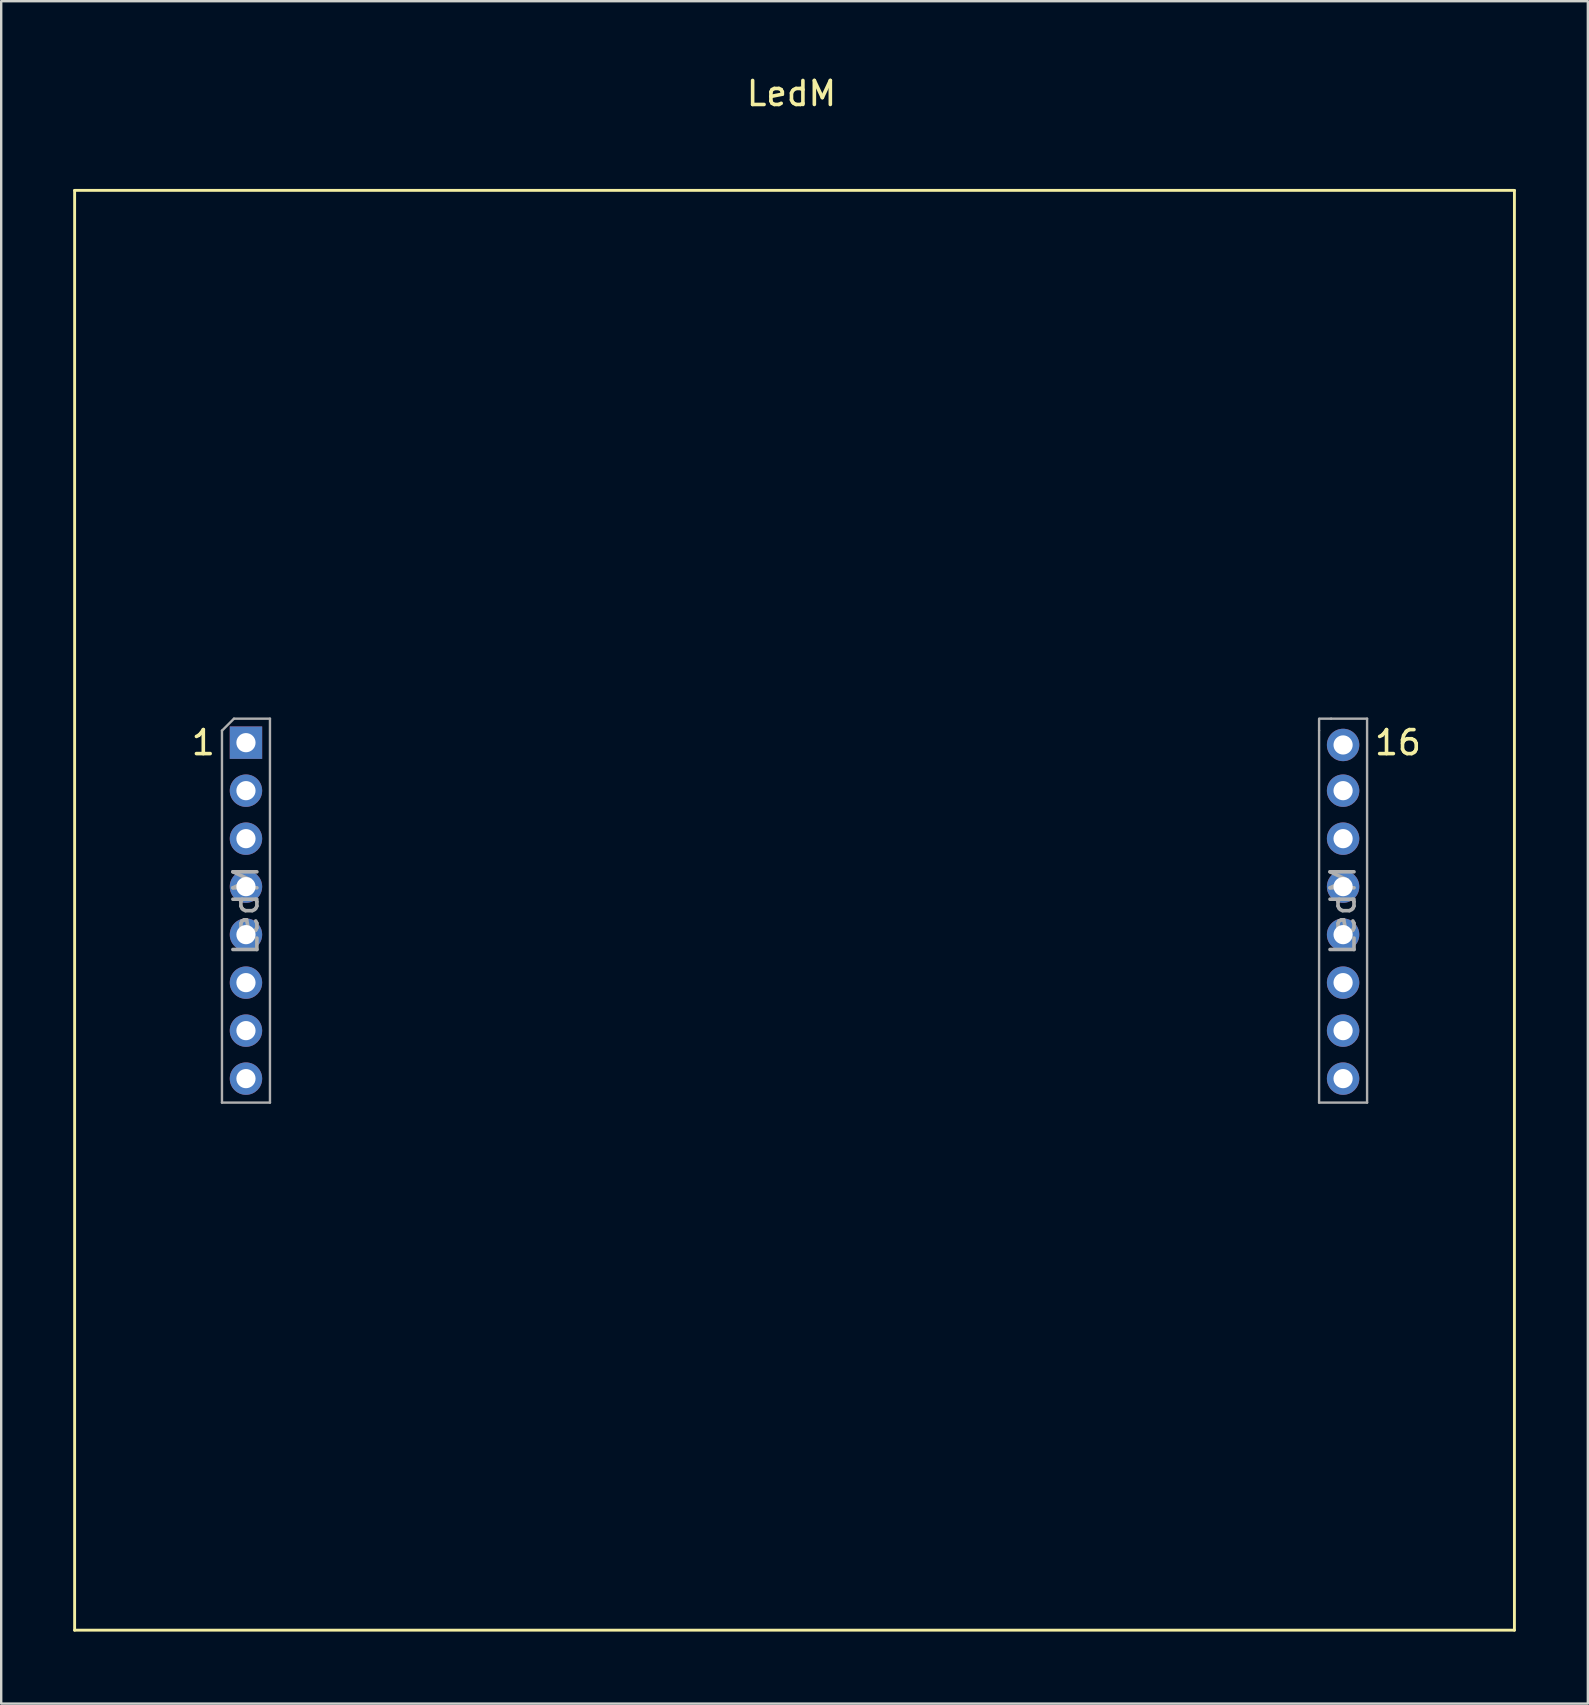
<source format=kicad_pcb>
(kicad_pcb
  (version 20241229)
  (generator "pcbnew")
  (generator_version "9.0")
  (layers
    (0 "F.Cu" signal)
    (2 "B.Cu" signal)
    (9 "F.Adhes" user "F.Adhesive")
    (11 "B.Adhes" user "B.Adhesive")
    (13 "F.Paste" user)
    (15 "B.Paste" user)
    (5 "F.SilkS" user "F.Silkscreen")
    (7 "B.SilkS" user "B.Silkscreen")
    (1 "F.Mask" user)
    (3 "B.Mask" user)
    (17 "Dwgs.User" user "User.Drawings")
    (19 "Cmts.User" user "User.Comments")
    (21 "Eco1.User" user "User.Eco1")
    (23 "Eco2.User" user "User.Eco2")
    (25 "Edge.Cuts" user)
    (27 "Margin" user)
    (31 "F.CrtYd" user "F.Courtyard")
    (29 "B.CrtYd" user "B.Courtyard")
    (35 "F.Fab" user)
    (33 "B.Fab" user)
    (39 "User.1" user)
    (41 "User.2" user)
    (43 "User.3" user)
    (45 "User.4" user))
  (footprint "LedM"
    (layer "F.Cu")
    (at 30.06 34.884)
    (property "Reference" "LedM" (at -0.127 -34.036 0) (layer "F.SilkS") (effects (font (size 1 1) (thickness 0.15))))
    (attr through_hole)
    (fp_line (start -30 -30) (end 30 -30) (stroke (width 0.12) (type solid)) (layer "F.SilkS"))
    (fp_line (start -30 30) (end -30 -30) (stroke (width 0.12) (type solid)) (layer "F.SilkS"))
    (fp_line (start -30 30) (end 30 30) (stroke (width 0.12) (type solid)) (layer "F.SilkS"))
    (fp_line (start 30 30) (end 30 -30) (stroke (width 0.12) (type solid)) (layer "F.SilkS"))
    (fp_line (start -23.86 -7.485) (end -23.36 -7.985) (stroke (width 0.1) (type solid)) (layer "F.Fab"))
    (fp_line (start -23.86 8.015) (end -23.86 -7.485) (stroke (width 0.1) (type solid)) (layer "F.Fab"))
    (fp_line (start -23.36 -7.985) (end -21.86 -7.985) (stroke (width 0.1) (type solid)) (layer "F.Fab"))
    (fp_line (start -21.86 -7.985) (end -21.86 8.015) (stroke (width 0.1) (type solid)) (layer "F.Fab"))
    (fp_line (start -21.86 8.015) (end -23.86 8.015) (stroke (width 0.1) (type solid)) (layer "F.Fab"))
    (fp_line (start 21.86 -7.493) (end 21.86 -7.978) (stroke (width 0.1) (type solid)) (layer "F.Fab"))
    (fp_line (start 21.86 8.015) (end 21.86 -7.485) (stroke (width 0.1) (type solid)) (layer "F.Fab"))
    (fp_line (start 21.872 -7.985) (end 22.36 -7.985) (stroke (width 0.1) (type solid)) (layer "F.Fab"))
    (fp_line (start 22.36 -7.985) (end 23.86 -7.985) (stroke (width 0.1) (type solid)) (layer "F.Fab"))
    (fp_line (start 23.86 -7.985) (end 23.86 8.015) (stroke (width 0.1) (type solid)) (layer "F.Fab"))
    (fp_line (start 23.86 8.015) (end 21.86 8.015) (stroke (width 0.1) (type solid)) (layer "F.Fab"))
    (fp_text user "16" (at 25.146 -6.985 0) (layer "F.SilkS") (effects (font (size 1 1) (thickness 0.15))))
    (fp_text user "1" (at -24.638 -6.985 0) (layer "F.SilkS") (effects (font (size 1 1) (thickness 0.15))))
    (fp_text user "${REFERENCE}" (at 22.86 0.015 90) (layer "F.Fab") (effects (font (size 1 1) (thickness 0.15))))
    (fp_text user "${REFERENCE}" (at -22.86 0.015 90) (layer "F.Fab") (effects (font (size 1 1) (thickness 0.15))))
    (pad "1" thru_hole rect (at -22.86 -6.985) (size 1.35 1.35) (drill 0.8) (layers "*.Cu" "*.Mask"))
    (pad "2" thru_hole oval (at -22.86 -4.985) (size 1.35 1.35) (drill 0.8) (layers "*.Cu" "*.Mask"))
    (pad "3" thru_hole oval (at -22.86 -2.985) (size 1.35 1.35) (drill 0.8) (layers "*.Cu" "*.Mask"))
    (pad "4" thru_hole oval (at -22.86 -0.985) (size 1.35 1.35) (drill 0.8) (layers "*.Cu" "*.Mask"))
    (pad "5" thru_hole oval (at -22.86 1.015) (size 1.35 1.35) (drill 0.8) (layers "*.Cu" "*.Mask"))
    (pad "6" thru_hole oval (at -22.86 3.015) (size 1.35 1.35) (drill 0.8) (layers "*.Cu" "*.Mask"))
    (pad "7" thru_hole oval (at -22.86 5.015) (size 1.35 1.35) (drill 0.8) (layers "*.Cu" "*.Mask"))
    (pad "8" thru_hole oval (at -22.86 7.015) (size 1.35 1.35) (drill 0.8) (layers "*.Cu" "*.Mask"))
    (pad "9" thru_hole oval (at 22.86 7.015) (size 1.35 1.35) (drill 0.8) (layers "*.Cu" "*.Mask"))
    (pad "10" thru_hole oval (at 22.86 5.015) (size 1.35 1.35) (drill 0.8) (layers "*.Cu" "*.Mask"))
    (pad "11" thru_hole oval (at 22.86 3.015) (size 1.35 1.35) (drill 0.8) (layers "*.Cu" "*.Mask"))
    (pad "12" thru_hole oval (at 22.86 1.015) (size 1.35 1.35) (drill 0.8) (layers "*.Cu" "*.Mask"))
    (pad "13" thru_hole oval (at 22.86 -0.985) (size 1.35 1.35) (drill 0.8) (layers "*.Cu" "*.Mask"))
    (pad "14" thru_hole oval (at 22.86 -2.985) (size 1.35 1.35) (drill 0.8) (layers "*.Cu" "*.Mask"))
    (pad "15" thru_hole oval (at 22.86 -4.985) (size 1.35 1.35) (drill 0.8) (layers "*.Cu" "*.Mask"))
    (pad "16" thru_hole oval (at 22.86 -6.89) (size 1.35 1.35) (drill 0.8) (layers "*.Cu" "*.Mask")))
  (gr_rect
    (start -3 -3)
    (end 63.12 67.944)
    (stroke (width 0.1) (type default))
    (fill no)
    (layer "Edge.Cuts")))
</source>
